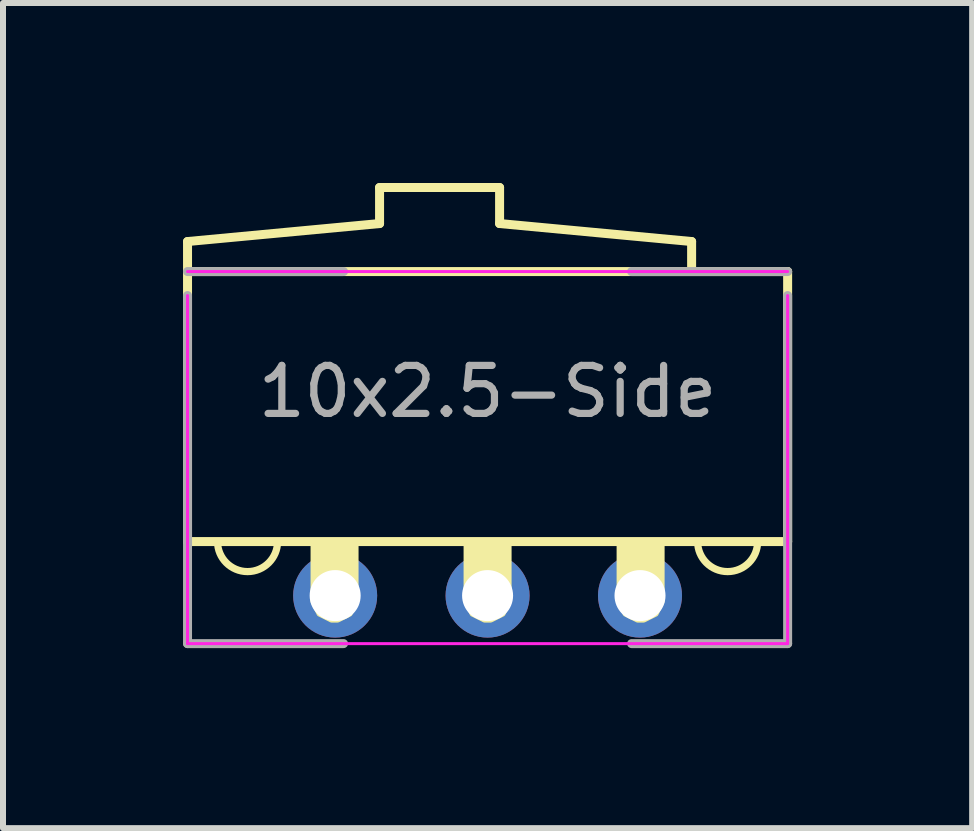
<source format=kicad_pcb>
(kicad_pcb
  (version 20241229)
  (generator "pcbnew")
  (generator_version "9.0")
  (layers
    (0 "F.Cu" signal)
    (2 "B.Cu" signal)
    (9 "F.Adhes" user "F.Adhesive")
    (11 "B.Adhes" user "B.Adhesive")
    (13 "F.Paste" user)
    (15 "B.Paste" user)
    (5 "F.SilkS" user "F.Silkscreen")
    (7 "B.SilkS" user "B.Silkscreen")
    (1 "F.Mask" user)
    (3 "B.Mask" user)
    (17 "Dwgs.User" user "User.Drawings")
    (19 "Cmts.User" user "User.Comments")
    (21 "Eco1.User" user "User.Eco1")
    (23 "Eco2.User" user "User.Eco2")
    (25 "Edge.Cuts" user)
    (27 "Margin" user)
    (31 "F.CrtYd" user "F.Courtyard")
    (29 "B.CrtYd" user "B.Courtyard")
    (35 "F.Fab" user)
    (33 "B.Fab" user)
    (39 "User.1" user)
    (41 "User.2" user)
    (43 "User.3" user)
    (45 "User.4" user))
  (footprint "10x2.5-Side"
    (layer "F.Cu")
    (at 5.075 6.875)
    (property "Reference" "10x2.5-Side" (at 0 -3.4 0) (layer "F.Fab") (effects (font (size 0.8 0.8) (thickness 0.12))))
    (attr through_hole)
    (fp_line (start -5 -5.9) (end -5 -0.9) (stroke (width 0.15) (type solid)) (layer "F.SilkS"))
    (fp_line (start -5 -5.4) (end 5 -5.4) (stroke (width 0.15) (type solid)) (layer "F.SilkS"))
    (fp_line (start -5 -0.9) (end 5 -0.9) (stroke (width 0.15) (type solid)) (layer "F.SilkS"))
    (fp_line (start -1.8 -6.2) (end -5 -5.9) (stroke (width 0.15) (type solid)) (layer "F.SilkS"))
    (fp_line (start -1.8 -6.2) (end -1.8 -6.8) (stroke (width 0.15) (type solid)) (layer "F.SilkS"))
    (fp_line (start 0.2 -6.8) (end -1.8 -6.8) (stroke (width 0.15) (type solid)) (layer "F.SilkS"))
    (fp_line (start 0.2 -6.2) (end 0.2 -6.8) (stroke (width 0.15) (type solid)) (layer "F.SilkS"))
    (fp_line (start 0.2 -6.2) (end 3.4 -5.9) (stroke (width 0.15) (type solid)) (layer "F.SilkS"))
    (fp_line (start 3.4 -5.4) (end 3.4 -5.9) (stroke (width 0.15) (type solid)) (layer "F.SilkS"))
    (fp_line (start 5 -5.4) (end 5 -0.9) (stroke (width 0.15) (type solid)) (layer "F.SilkS"))
    (fp_arc (start -3.5 -0.9) (mid -4 -0.4) (end -4.5 -0.9) (stroke (width 0.12) (type solid)) (layer "F.SilkS"))
    (fp_arc (start 4.5 -0.9) (mid 4 -0.4) (end 3.5 -0.9) (stroke (width 0.12) (type solid)) (layer "F.SilkS"))
    (fp_poly (pts (xy -2.2 0.1) (xy -2.3 0.3) (xy -2.5 0.4) (xy -2.6 0.4) (xy -2.8 0.3) (xy -2.9 0.1) (xy -2.9 -0.85) (xy -2.2 -0.85)) (stroke (width 0.1) (type solid)) (fill yes) (layer "F.SilkS"))
    (fp_poly (pts (xy 0.35 0.1) (xy 0.25 0.3) (xy 0.05 0.4) (xy -0.05 0.4) (xy -0.25 0.3) (xy -0.35 0.1) (xy -0.35 -0.85) (xy 0.35 -0.85)) (stroke (width 0.1) (type solid)) (fill yes) (layer "F.SilkS"))
    (fp_poly (pts (xy 2.9 0.1) (xy 2.8 0.3) (xy 2.6 0.4) (xy 2.5 0.4) (xy 2.3 0.3) (xy 2.2 0.1) (xy 2.2 -0.85) (xy 2.9 -0.85)) (stroke (width 0.1) (type solid)) (fill yes) (layer "F.SilkS"))
    (fp_line (start -5 0.8) (end -5 -5) (stroke (width 0.05) (type solid)) (layer "F.CrtYd"))
    (fp_line (start 5 -5.4) (end -5 -5.4) (stroke (width 0.05) (type solid)) (layer "F.CrtYd"))
    (fp_line (start 5 0.8) (end -5 0.8) (stroke (width 0.05) (type solid)) (layer "F.CrtYd"))
    (fp_line (start 5 0.8) (end 5 -5) (stroke (width 0.05) (type solid)) (layer "F.CrtYd"))
    (fp_line (start -5 -5.4) (end -2.4 -5.4) (stroke (width 0.15) (type solid)) (layer "F.Fab"))
    (fp_line (start -5 0.8) (end -5 -5) (stroke (width 0.15) (type solid)) (layer "F.Fab"))
    (fp_line (start -5 0.8) (end -2.4 0.8) (stroke (width 0.15) (type solid)) (layer "F.Fab"))
    (fp_line (start 2.4 -5.4) (end 5 -5.4) (stroke (width 0.15) (type solid)) (layer "F.Fab"))
    (fp_line (start 2.4 0.8) (end 5 0.8) (stroke (width 0.15) (type solid)) (layer "F.Fab"))
    (fp_line (start 5 0.8) (end 5 -5) (stroke (width 0.15) (type solid)) (layer "F.Fab"))
    (pad "1" thru_hole circle (at -2.54 0) (size 1.4 1.4) (drill 0.85) (layers "*.Cu" "*.Mask"))
    (pad "2" thru_hole circle (at 0 0) (size 1.4 1.4) (drill 0.85) (layers "*.Cu" "*.Mask"))
    (pad "3" thru_hole circle (at 2.54 0) (size 1.4 1.4) (drill 0.85) (layers "*.Cu" "*.Mask")))
  (gr_rect
    (start -3 -3)
    (end 13.15 10.75)
    (stroke (width 0.1) (type default))
    (fill no)
    (layer "Edge.Cuts")))
</source>
